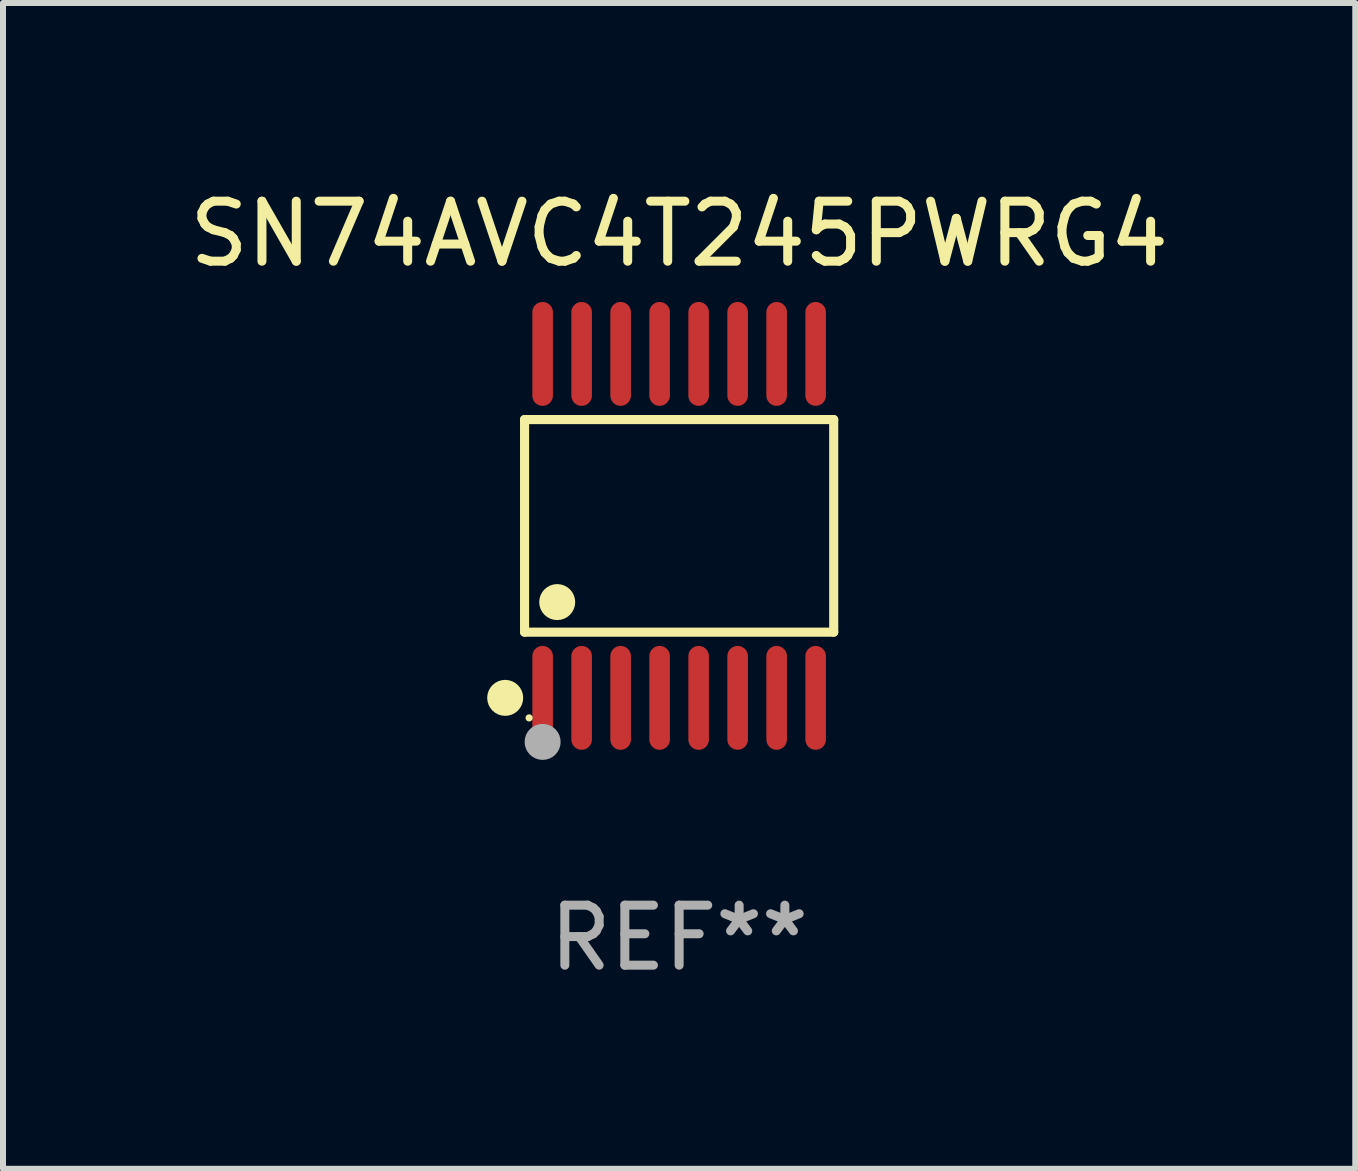
<source format=kicad_pcb>
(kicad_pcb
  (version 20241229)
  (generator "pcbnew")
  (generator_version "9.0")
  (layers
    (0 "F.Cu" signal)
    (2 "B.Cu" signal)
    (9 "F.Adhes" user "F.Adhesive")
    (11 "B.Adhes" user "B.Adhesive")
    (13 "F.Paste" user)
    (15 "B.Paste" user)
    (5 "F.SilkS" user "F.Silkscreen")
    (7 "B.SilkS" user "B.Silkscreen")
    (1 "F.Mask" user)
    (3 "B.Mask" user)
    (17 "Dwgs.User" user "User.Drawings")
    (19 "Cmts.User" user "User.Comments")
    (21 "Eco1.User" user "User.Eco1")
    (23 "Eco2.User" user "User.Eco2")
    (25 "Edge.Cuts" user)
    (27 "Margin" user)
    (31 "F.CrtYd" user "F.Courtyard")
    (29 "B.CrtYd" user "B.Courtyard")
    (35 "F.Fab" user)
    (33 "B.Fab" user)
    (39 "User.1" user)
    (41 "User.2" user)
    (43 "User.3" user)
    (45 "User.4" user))
  (footprint "SN74AVC4T245PWRG4"
    (layer "F.Cu")
    (at 8.268 5.714)
    (property "Reference" "SN74AVC4T245PWRG4" (at 0 -4.866 0) (layer "F.SilkS") (effects (font (size 1 1) (thickness 0.15))))
    (attr through_hole)
    (fp_line (start -2.576 -1.772) (end 2.576 -1.772) (stroke (width 0.152) (type solid)) (layer "F.SilkS"))
    (fp_line (start -2.576 1.771) (end -2.576 -1.772) (stroke (width 0.152) (type solid)) (layer "F.SilkS"))
    (fp_line (start 2.576 -1.772) (end 2.576 1.771) (stroke (width 0.152) (type solid)) (layer "F.SilkS"))
    (fp_line (start 2.576 1.771) (end -2.576 1.771) (stroke (width 0.152) (type solid)) (layer "F.SilkS"))
    (fp_circle (center -2.899 2.866) (end -2.749 2.866) (stroke (width 0.3) (type solid)) (fill no) (layer "F.SilkS"))
    (fp_circle (center -2.5 3.2) (end -2.47 3.2) (stroke (width 0.06) (type solid)) (fill no) (layer "F.SilkS"))
    (fp_circle (center -2.032 1.27) (end -1.882 1.27) (stroke (width 0.3) (type solid)) (fill no) (layer "F.SilkS"))
    (fp_circle (center -2.275 3.6) (end -2.125 3.6) (stroke (width 0.3) (type solid)) (fill no) (layer "F.Fab"))
    (fp_text user "REF**" (at 0 6.866 0) (layer "F.Fab") (effects (font (size 1 1) (thickness 0.15))))
    (pad "1" smd oval (at -2.275 2.866) (size 0.343 1.731) (layers "F.Cu" "F.Mask" "F.Paste"))
    (pad "2" smd oval (at -1.625 2.866) (size 0.343 1.731) (layers "F.Cu" "F.Mask" "F.Paste"))
    (pad "3" smd oval (at -0.975 2.866) (size 0.343 1.731) (layers "F.Cu" "F.Mask" "F.Paste"))
    (pad "4" smd oval (at -0.325 2.866) (size 0.343 1.731) (layers "F.Cu" "F.Mask" "F.Paste"))
    (pad "5" smd oval (at 0.325 2.866) (size 0.343 1.731) (layers "F.Cu" "F.Mask" "F.Paste"))
    (pad "6" smd oval (at 0.975 2.866) (size 0.343 1.731) (layers "F.Cu" "F.Mask" "F.Paste"))
    (pad "7" smd oval (at 1.625 2.866) (size 0.343 1.731) (layers "F.Cu" "F.Mask" "F.Paste"))
    (pad "8" smd oval (at 2.275 2.866) (size 0.343 1.731) (layers "F.Cu" "F.Mask" "F.Paste"))
    (pad "9" smd oval (at 2.275 -2.866) (size 0.343 1.731) (layers "F.Cu" "F.Mask" "F.Paste"))
    (pad "10" smd oval (at 1.625 -2.866) (size 0.343 1.731) (layers "F.Cu" "F.Mask" "F.Paste"))
    (pad "11" smd oval (at 0.975 -2.866) (size 0.343 1.731) (layers "F.Cu" "F.Mask" "F.Paste"))
    (pad "12" smd oval (at 0.325 -2.866) (size 0.343 1.731) (layers "F.Cu" "F.Mask" "F.Paste"))
    (pad "13" smd oval (at -0.325 -2.866) (size 0.343 1.731) (layers "F.Cu" "F.Mask" "F.Paste"))
    (pad "14" smd oval (at -0.975 -2.866) (size 0.343 1.731) (layers "F.Cu" "F.Mask" "F.Paste"))
    (pad "15" smd oval (at -1.625 -2.866) (size 0.343 1.731) (layers "F.Cu" "F.Mask" "F.Paste"))
    (pad "16" smd oval (at -2.275 -2.866) (size 0.343 1.731) (layers "F.Cu" "F.Mask" "F.Paste")))
  (gr_rect
    (start -3 -3)
    (end 19.536 16.428)
    (stroke (width 0.1) (type default))
    (fill no)
    (layer "Edge.Cuts")))
</source>
